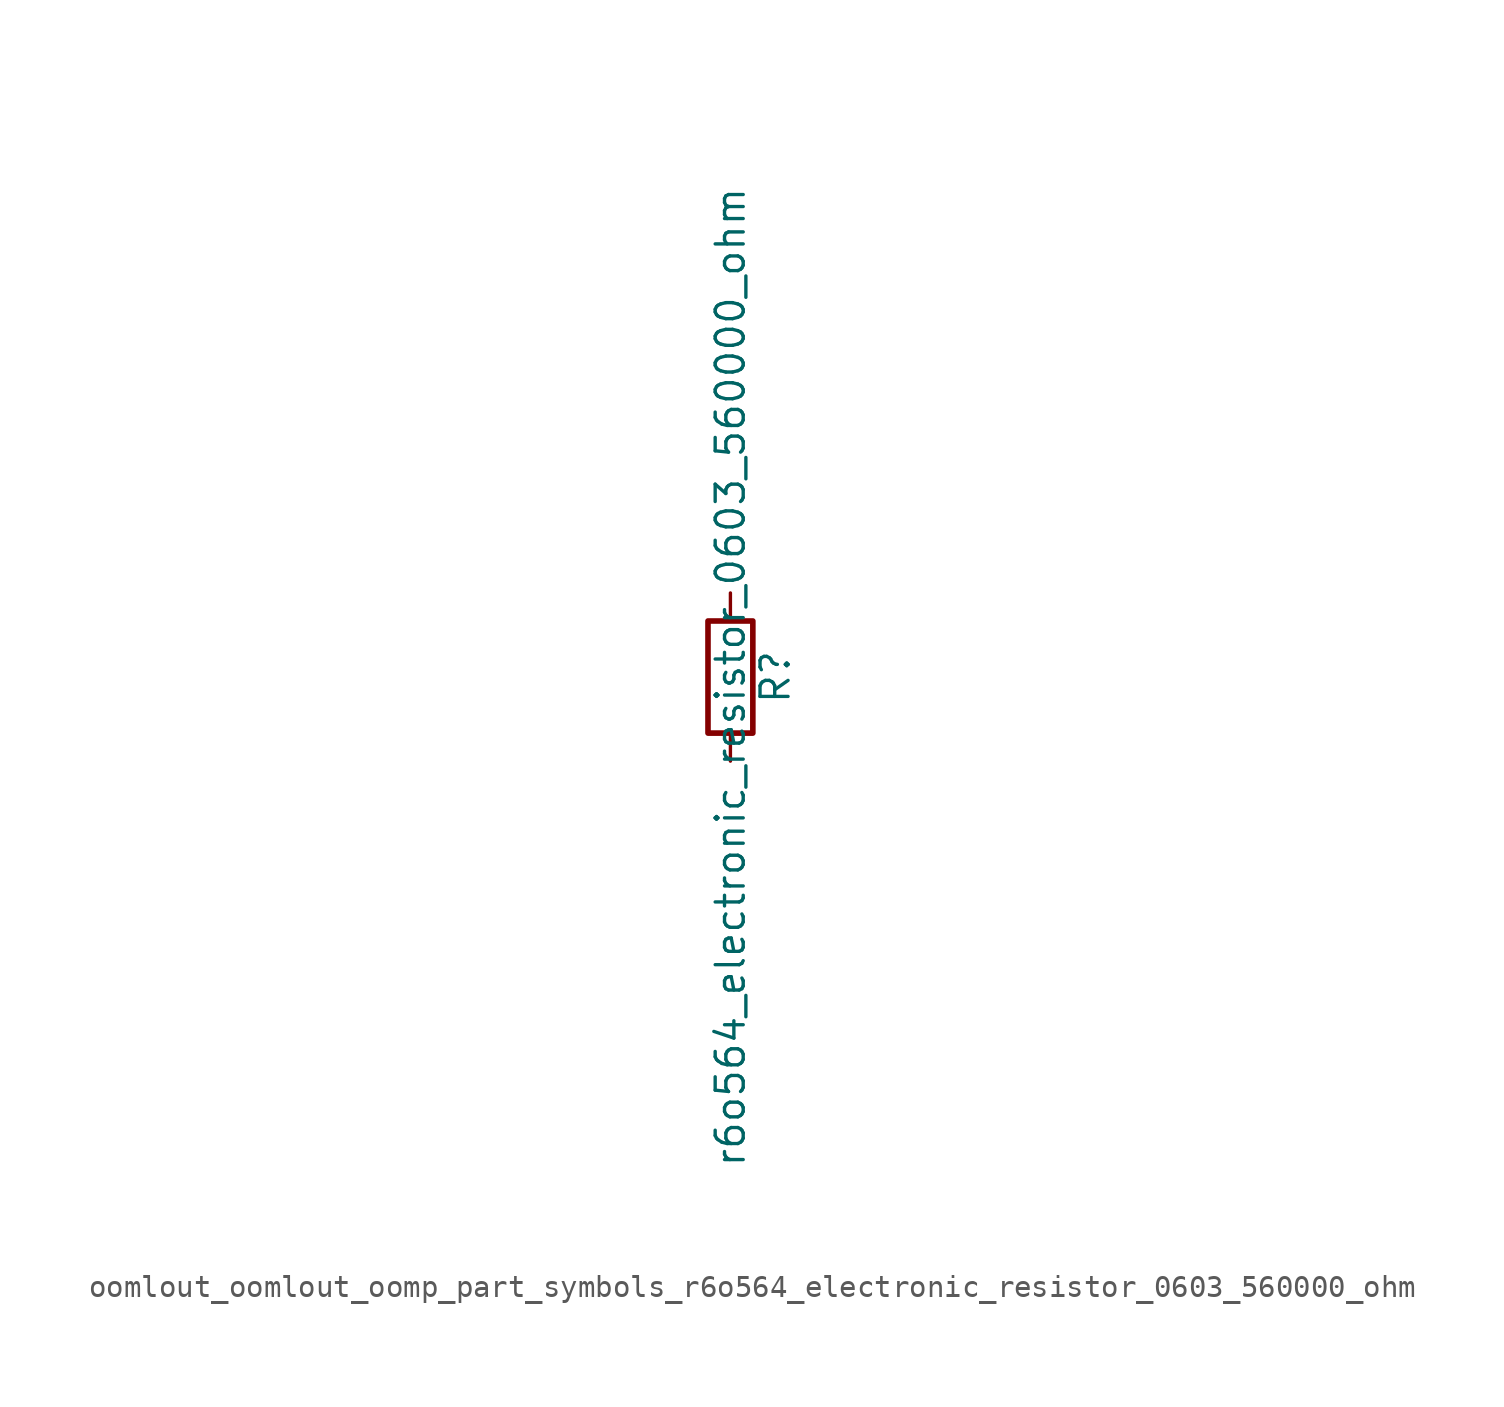
<source format=kicad_sym>
(kicad_symbol_lib
  (version 20220914)
  (generator kicad_symbol_editor)
  (symbol "oomlout_oomlout_oomp_part_symbols_r6o564_electronic_resistor_0603_560000_ohm"
    (pin_numbers hide)
    (pin_names
      (offset 0))
    (property "Reference" "R"
      (at 2.032 0 90)
      (effects (font (size 1.27 1.27))))
    (property "Value" "r6o564_electronic_resistor_0603_560000_ohm"
      (at 0 0 90)
      (effects (font (size 1.27 1.27))))
    (symbol "oomlout_oomlout_oomp_part_symbols_r6o564_electronic_resistor_0603_560000_ohm_0_1"
      (rectangle (start -1.016 -2.54) (end 1.016 2.54) (stroke (width 0.254) (type default)) (fill (type none))))
    (symbol "oomlout_oomlout_oomp_part_symbols_r6o564_electronic_resistor_0603_560000_ohm_1_1"
      (pin passive line (at 0 3.81 270) (length 1.27) (name "~" (effects (font (size 1.27 1.27)))) (number "1" (effects (font (size 1.27 1.27)))))
      (pin passive line (at 0 -3.81 90) (length 1.27) (name "~" (effects (font (size 1.27 1.27)))) (number "2" (effects (font (size 1.27 1.27))))))))
</source>
